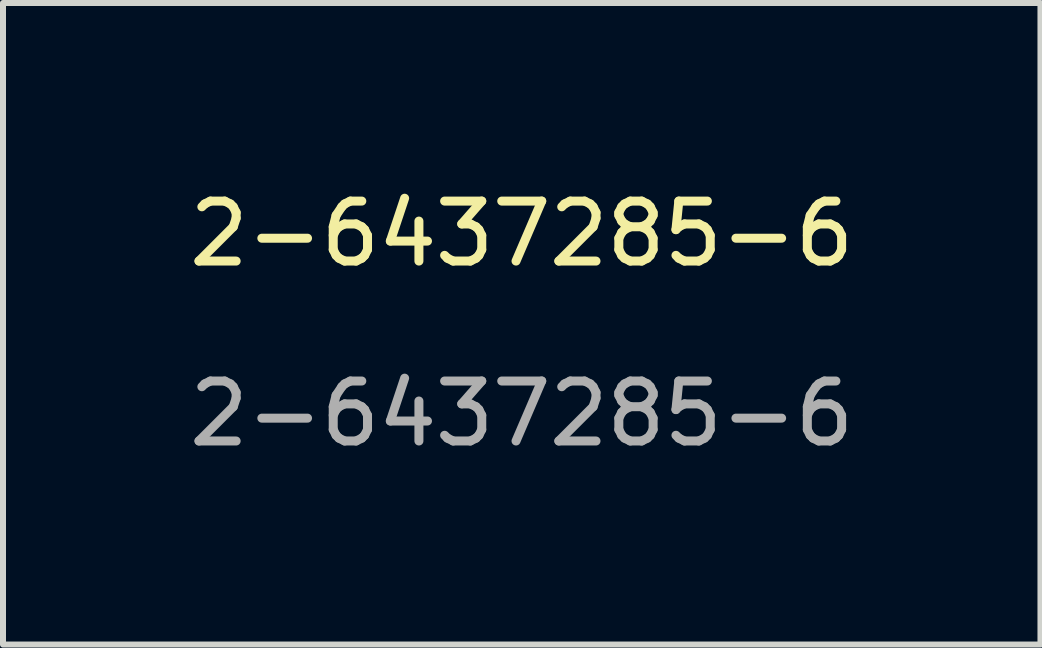
<source format=kicad_pcb>
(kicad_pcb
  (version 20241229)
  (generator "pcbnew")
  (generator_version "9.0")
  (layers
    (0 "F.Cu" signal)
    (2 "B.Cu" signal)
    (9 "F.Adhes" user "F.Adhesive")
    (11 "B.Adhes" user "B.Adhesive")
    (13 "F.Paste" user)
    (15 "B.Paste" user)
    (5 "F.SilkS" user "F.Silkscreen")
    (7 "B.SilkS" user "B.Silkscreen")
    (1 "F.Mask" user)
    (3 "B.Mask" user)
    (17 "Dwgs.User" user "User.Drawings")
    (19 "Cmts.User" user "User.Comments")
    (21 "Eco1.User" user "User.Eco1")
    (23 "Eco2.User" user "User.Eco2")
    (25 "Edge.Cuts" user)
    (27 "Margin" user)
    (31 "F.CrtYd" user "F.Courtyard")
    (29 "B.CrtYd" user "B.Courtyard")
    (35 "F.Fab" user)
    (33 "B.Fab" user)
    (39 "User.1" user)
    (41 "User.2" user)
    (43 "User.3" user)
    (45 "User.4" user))
  (footprint "2-6437285-6"
    (layer "F.Cu")
    (at 5.649 1.348)
    (property "Reference" "2-6437285-6" (at 0 -0.5 0) (unlocked yes) (layer "F.SilkS") (effects (font (size 1 1) (thickness 0.15))))
    (attr through_hole)
    (fp_text user "${REFERENCE}" (at 0 2.5 0) (unlocked yes) (layer "F.Fab") (effects (font (size 1 1) (thickness 0.15)))))
  (gr_rect
    (start -3 -3)
    (end 14.298 7.697)
    (stroke (width 0.1) (type default))
    (fill no)
    (layer "Edge.Cuts")))
</source>
